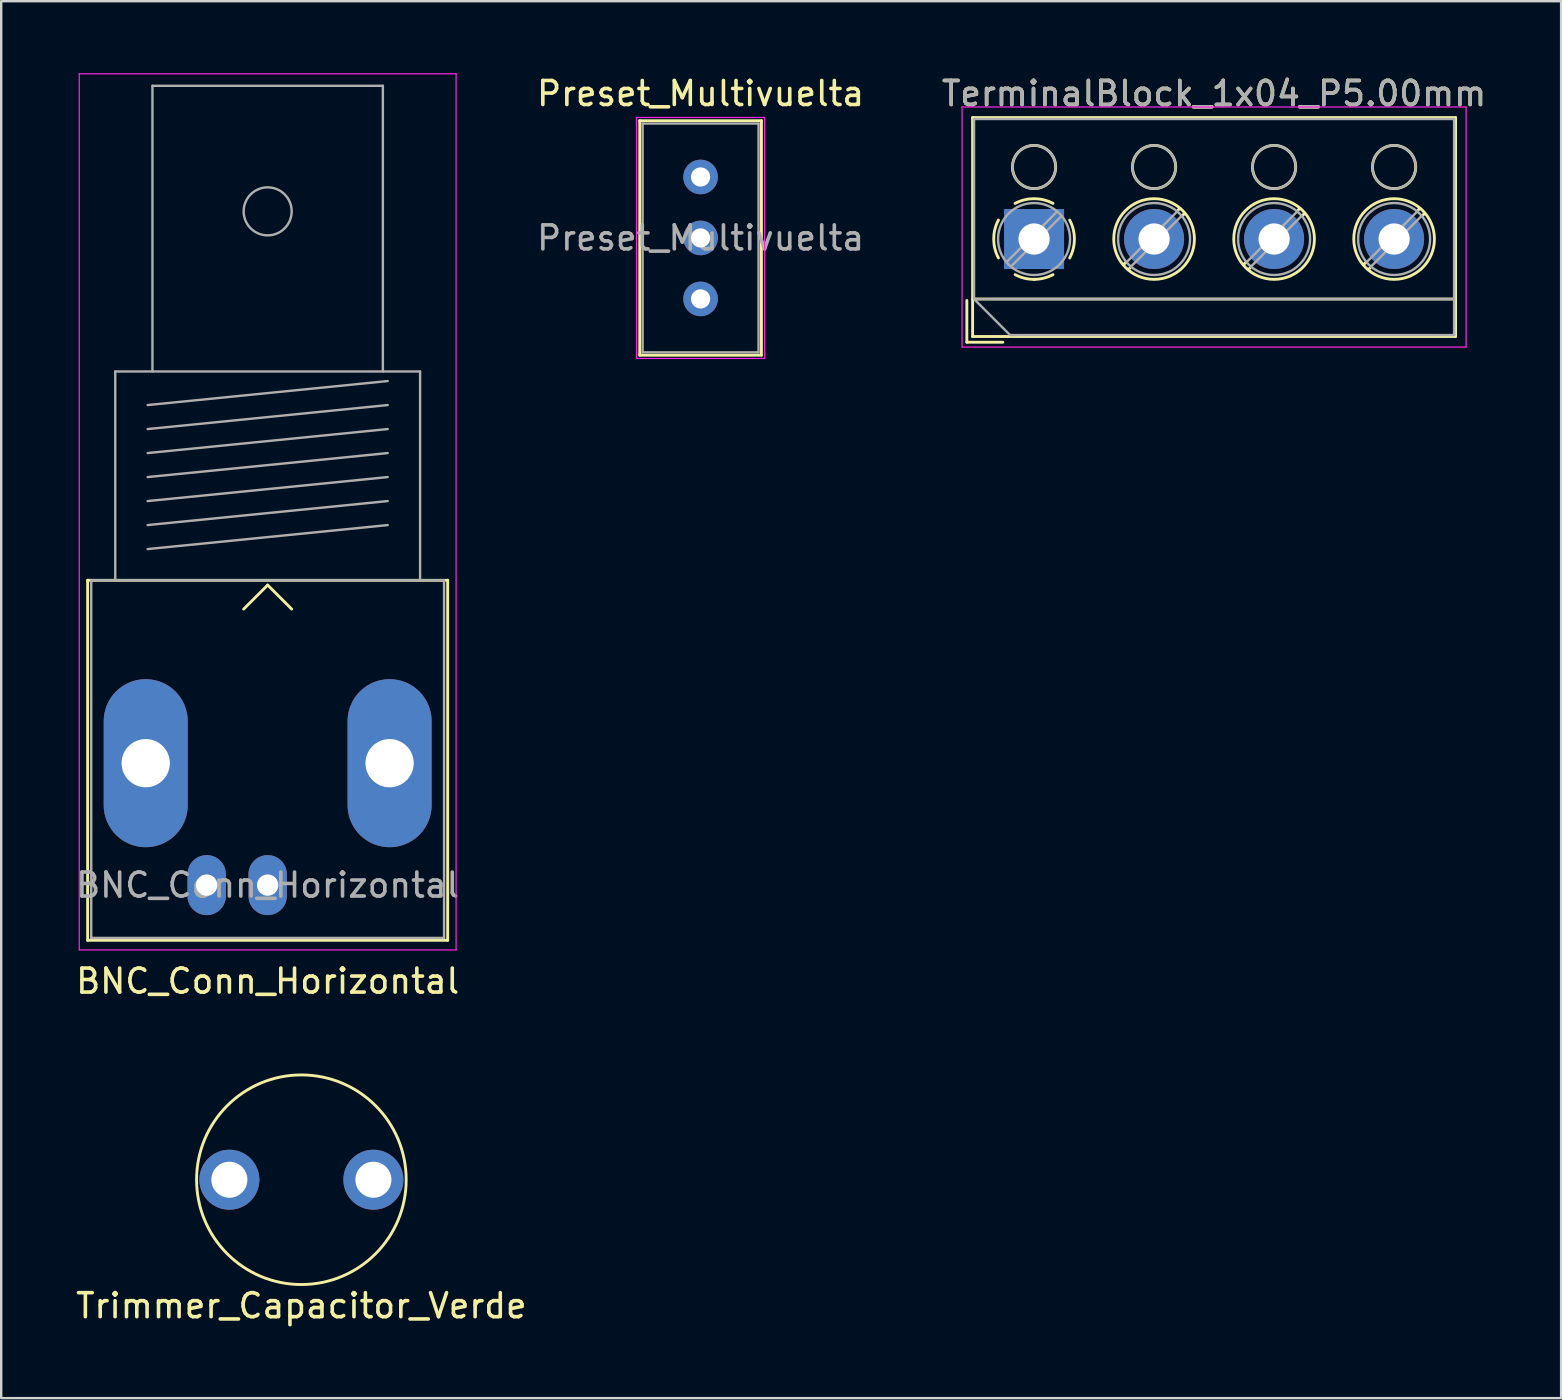
<source format=kicad_pcb>
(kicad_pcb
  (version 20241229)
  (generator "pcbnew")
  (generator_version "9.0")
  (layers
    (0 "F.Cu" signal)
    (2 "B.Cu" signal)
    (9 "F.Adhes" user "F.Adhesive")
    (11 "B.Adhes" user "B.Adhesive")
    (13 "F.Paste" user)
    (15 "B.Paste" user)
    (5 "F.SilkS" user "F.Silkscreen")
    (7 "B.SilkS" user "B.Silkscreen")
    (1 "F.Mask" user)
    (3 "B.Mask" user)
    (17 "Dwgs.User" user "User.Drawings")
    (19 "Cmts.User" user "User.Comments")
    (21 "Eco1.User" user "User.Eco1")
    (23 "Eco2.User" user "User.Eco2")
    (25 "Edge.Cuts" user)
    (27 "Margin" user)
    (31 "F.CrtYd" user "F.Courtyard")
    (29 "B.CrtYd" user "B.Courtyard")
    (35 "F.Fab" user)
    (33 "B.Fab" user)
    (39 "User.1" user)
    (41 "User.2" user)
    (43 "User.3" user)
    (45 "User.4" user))
  (footprint "BNC_Conn_Horizontal"
    (layer "F.Cu")
    (at 8.101 33.825)
    (property "Reference" "BNC_Conn_Horizontal" (at 0 4 0) (layer "F.SilkS") (effects (font (size 1 1) (thickness 0.15))))
    (attr through_hole)
    (fp_line (start -7.5 -12.7) (end 7.5 -12.7) (stroke (width 0.12) (type solid)) (layer "F.SilkS"))
    (fp_line (start -7.5 2.3) (end -7.5 -12.7) (stroke (width 0.12) (type solid)) (layer "F.SilkS"))
    (fp_line (start 0 -12.5) (end -1 -11.5) (stroke (width 0.12) (type solid)) (layer "F.SilkS"))
    (fp_line (start 0 -12.5) (end 1 -11.5) (stroke (width 0.12) (type solid)) (layer "F.SilkS"))
    (fp_line (start 7.5 -12.7) (end 7.5 2.3) (stroke (width 0.12) (type solid)) (layer "F.SilkS"))
    (fp_line (start 7.5 2.3) (end -7.5 2.3) (stroke (width 0.12) (type solid)) (layer "F.SilkS"))
    (fp_line (start -7.85 2.7) (end -7.85 -33.8) (stroke (width 0.05) (type solid)) (layer "F.CrtYd"))
    (fp_line (start -7.85 2.7) (end 7.85 2.7) (stroke (width 0.05) (type solid)) (layer "F.CrtYd"))
    (fp_line (start 7.85 -33.8) (end -7.85 -33.8) (stroke (width 0.05) (type solid)) (layer "F.CrtYd"))
    (fp_line (start 7.85 2.7) (end 7.85 -33.8) (stroke (width 0.05) (type solid)) (layer "F.CrtYd"))
    (fp_line (start -7.35 -12.7) (end -7.35 2.2) (stroke (width 0.1) (type solid)) (layer "F.Fab"))
    (fp_line (start -7.35 2.2) (end 7.35 2.2) (stroke (width 0.1) (type solid)) (layer "F.Fab"))
    (fp_line (start -6.35 -21.4) (end -6.35 -12.7) (stroke (width 0.1) (type solid)) (layer "F.Fab"))
    (fp_line (start -5 -20) (end 5 -21) (stroke (width 0.1) (type solid)) (layer "F.Fab"))
    (fp_line (start -5 -19) (end 5 -20) (stroke (width 0.1) (type solid)) (layer "F.Fab"))
    (fp_line (start -5 -18) (end 5 -19) (stroke (width 0.1) (type solid)) (layer "F.Fab"))
    (fp_line (start -5 -17) (end 5 -18) (stroke (width 0.1) (type solid)) (layer "F.Fab"))
    (fp_line (start -5 -16) (end 5 -17) (stroke (width 0.1) (type solid)) (layer "F.Fab"))
    (fp_line (start -5 -15) (end 5 -16) (stroke (width 0.1) (type solid)) (layer "F.Fab"))
    (fp_line (start -5 -14) (end 5 -15) (stroke (width 0.1) (type solid)) (layer "F.Fab"))
    (fp_line (start -4.8 -33.3) (end -4.8 -21.4) (stroke (width 0.1) (type solid)) (layer "F.Fab"))
    (fp_line (start 4.8 -33.3) (end -4.8 -33.3) (stroke (width 0.1) (type solid)) (layer "F.Fab"))
    (fp_line (start 4.8 -21.4) (end 4.8 -33.3) (stroke (width 0.1) (type solid)) (layer "F.Fab"))
    (fp_line (start 6.35 -21.4) (end -6.35 -21.4) (stroke (width 0.1) (type solid)) (layer "F.Fab"))
    (fp_line (start 6.35 -12.7) (end 6.35 -21.4) (stroke (width 0.1) (type solid)) (layer "F.Fab"))
    (fp_line (start 7.35 -12.7) (end -7.35 -12.7) (stroke (width 0.1) (type solid)) (layer "F.Fab"))
    (fp_line (start 7.35 2.2) (end 7.35 -12.7) (stroke (width 0.1) (type solid)) (layer "F.Fab"))
    (fp_circle (center 0 -28.07) (end 1 -28.07) (stroke (width 0.1) (type solid)) (fill no) (layer "F.Fab"))
    (fp_text user "${REFERENCE}" (at 0 0 0) (layer "F.Fab") (effects (font (size 1 1) (thickness 0.15))))
    (pad "1" thru_hole oval (at 0 0) (size 1.6 2.5) (drill 0.89) (layers "*.Cu" "*.Mask"))
    (pad "2" thru_hole oval (at -5.08 -5.08) (size 3.5 7) (drill 2.01) (layers "*.Cu" "*.Mask"))
    (pad "2" thru_hole oval (at -2.54 0) (size 1.6 2.5) (drill 0.89) (layers "*.Cu" "*.Mask"))
    (pad "2" thru_hole oval (at 5.08 -5.08) (size 3.5 7) (drill 2.01) (layers "*.Cu" "*.Mask")))
  (footprint "TerminalBlock_1x04_P5.00mm"
    (layer "F.Cu")
    (at 40.03 6.908)
    (property "Reference" "TerminalBlock_1x04_P5.00mm" (at 7.5 -6.06 0) (layer "F.SilkS") (effects (font (size 1 1) (thickness 0.15))))
    (attr through_hole)
    (fp_line (start -2.8 2.56) (end -2.8 4.3) (stroke (width 0.12) (type solid)) (layer "F.SilkS"))
    (fp_line (start -2.8 4.3) (end -1.3 4.3) (stroke (width 0.12) (type solid)) (layer "F.SilkS"))
    (fp_line (start -2.56 -5.06) (end -2.56 4.06) (stroke (width 0.12) (type solid)) (layer "F.SilkS"))
    (fp_line (start -2.56 -5.06) (end 17.561 -5.06) (stroke (width 0.12) (type solid)) (layer "F.SilkS"))
    (fp_line (start -2.56 2.5) (end 17.561 2.5) (stroke (width 0.12) (type solid)) (layer "F.SilkS"))
    (fp_line (start -2.56 4.06) (end 17.561 4.06) (stroke (width 0.12) (type solid)) (layer "F.SilkS"))
    (fp_line (start 3.82 0.976) (end 3.726 1.069) (stroke (width 0.12) (type solid)) (layer "F.SilkS"))
    (fp_line (start 3.99 1.216) (end 3.931 1.274) (stroke (width 0.12) (type solid)) (layer "F.SilkS"))
    (fp_line (start 6.07 -1.275) (end 6.011 -1.216) (stroke (width 0.12) (type solid)) (layer "F.SilkS"))
    (fp_line (start 6.275 -1.069) (end 6.181 -0.976) (stroke (width 0.12) (type solid)) (layer "F.SilkS"))
    (fp_line (start 8.82 0.976) (end 8.726 1.069) (stroke (width 0.12) (type solid)) (layer "F.SilkS"))
    (fp_line (start 8.99 1.216) (end 8.931 1.274) (stroke (width 0.12) (type solid)) (layer "F.SilkS"))
    (fp_line (start 11.07 -1.275) (end 11.011 -1.216) (stroke (width 0.12) (type solid)) (layer "F.SilkS"))
    (fp_line (start 11.275 -1.069) (end 11.181 -0.976) (stroke (width 0.12) (type solid)) (layer "F.SilkS"))
    (fp_line (start 13.82 0.976) (end 13.726 1.069) (stroke (width 0.12) (type solid)) (layer "F.SilkS"))
    (fp_line (start 13.99 1.216) (end 13.931 1.274) (stroke (width 0.12) (type solid)) (layer "F.SilkS"))
    (fp_line (start 16.07 -1.275) (end 16.011 -1.216) (stroke (width 0.12) (type solid)) (layer "F.SilkS"))
    (fp_line (start 16.275 -1.069) (end 16.181 -0.976) (stroke (width 0.12) (type solid)) (layer "F.SilkS"))
    (fp_line (start 17.561 -5.06) (end 17.561 4.06) (stroke (width 0.12) (type solid)) (layer "F.SilkS"))
    (fp_arc (start -1.483953 0.789089) (mid -1.680708 0.00005) (end -1.484 -0.789) (stroke (width 0.12) (type solid)) (layer "F.SilkS"))
    (fp_arc (start -0.789089 -1.483953) (mid -0.00005 -1.680708) (end 0.789 -1.484) (stroke (width 0.12) (type solid)) (layer "F.SilkS"))
    (fp_arc (start 0.029383 1.68045) (mid -0.392304 1.634281) (end -0.789 1.484) (stroke (width 0.12) (type solid)) (layer "F.SilkS"))
    (fp_arc (start 0.788712 1.483352) (mid 0.406429 1.630097) (end 0 1.68) (stroke (width 0.12) (type solid)) (layer "F.SilkS"))
    (fp_arc (start 1.483953 -0.789089) (mid 1.680708 -0.00005) (end 1.484 0.789) (stroke (width 0.12) (type solid)) (layer "F.SilkS"))
    (fp_circle (center 0 -3) (end 0.9 -3) (stroke (width 0.12) (type solid)) (fill no) (layer "F.SilkS"))
    (fp_circle (center 5 -3) (end 5.9 -3) (stroke (width 0.12) (type solid)) (fill no) (layer "F.SilkS"))
    (fp_circle (center 5 0) (end 6.68 0) (stroke (width 0.12) (type solid)) (fill no) (layer "F.SilkS"))
    (fp_circle (center 10 -3) (end 10.9 -3) (stroke (width 0.12) (type solid)) (fill no) (layer "F.SilkS"))
    (fp_circle (center 10 0) (end 11.68 0) (stroke (width 0.12) (type solid)) (fill no) (layer "F.SilkS"))
    (fp_circle (center 15 -3) (end 15.9 -3) (stroke (width 0.12) (type solid)) (fill no) (layer "F.SilkS"))
    (fp_circle (center 15 0) (end 16.68 0) (stroke (width 0.12) (type solid)) (fill no) (layer "F.SilkS"))
    (fp_line (start -3 -5.5) (end -3 4.5) (stroke (width 0.05) (type solid)) (layer "F.CrtYd"))
    (fp_line (start -3 4.5) (end 18 4.5) (stroke (width 0.05) (type solid)) (layer "F.CrtYd"))
    (fp_line (start 18 -5.5) (end -3 -5.5) (stroke (width 0.05) (type solid)) (layer "F.CrtYd"))
    (fp_line (start 18 4.5) (end 18 -5.5) (stroke (width 0.05) (type solid)) (layer "F.CrtYd"))
    (fp_line (start -2.5 -5) (end 17.5 -5) (stroke (width 0.1) (type solid)) (layer "F.Fab"))
    (fp_line (start -2.5 2.5) (end -2.5 -5) (stroke (width 0.1) (type solid)) (layer "F.Fab"))
    (fp_line (start -2.5 2.5) (end 17.5 2.5) (stroke (width 0.1) (type solid)) (layer "F.Fab"))
    (fp_line (start -1 4) (end -2.5 2.5) (stroke (width 0.1) (type solid)) (layer "F.Fab"))
    (fp_line (start 0.955 -1.138) (end -1.138 0.955) (stroke (width 0.1) (type solid)) (layer "F.Fab"))
    (fp_line (start 1.138 -0.955) (end -0.955 1.138) (stroke (width 0.1) (type solid)) (layer "F.Fab"))
    (fp_line (start 5.955 -1.138) (end 3.863 0.955) (stroke (width 0.1) (type solid)) (layer "F.Fab"))
    (fp_line (start 6.138 -0.955) (end 4.046 1.138) (stroke (width 0.1) (type solid)) (layer "F.Fab"))
    (fp_line (start 10.955 -1.138) (end 8.863 0.955) (stroke (width 0.1) (type solid)) (layer "F.Fab"))
    (fp_line (start 11.138 -0.955) (end 9.046 1.138) (stroke (width 0.1) (type solid)) (layer "F.Fab"))
    (fp_line (start 15.955 -1.138) (end 13.863 0.955) (stroke (width 0.1) (type solid)) (layer "F.Fab"))
    (fp_line (start 16.138 -0.955) (end 14.046 1.138) (stroke (width 0.1) (type solid)) (layer "F.Fab"))
    (fp_line (start 17.5 -5) (end 17.5 4) (stroke (width 0.1) (type solid)) (layer "F.Fab"))
    (fp_line (start 17.5 4) (end -1 4) (stroke (width 0.1) (type solid)) (layer "F.Fab"))
    (fp_circle (center 0 -3) (end 0.9 -3) (stroke (width 0.1) (type solid)) (fill no) (layer "F.Fab"))
    (fp_circle (center 0 0) (end 1.5 0) (stroke (width 0.1) (type solid)) (fill no) (layer "F.Fab"))
    (fp_circle (center 5 -3) (end 5.9 -3) (stroke (width 0.1) (type solid)) (fill no) (layer "F.Fab"))
    (fp_circle (center 5 0) (end 6.5 0) (stroke (width 0.1) (type solid)) (fill no) (layer "F.Fab"))
    (fp_circle (center 10 -3) (end 10.9 -3) (stroke (width 0.1) (type solid)) (fill no) (layer "F.Fab"))
    (fp_circle (center 10 0) (end 11.5 0) (stroke (width 0.1) (type solid)) (fill no) (layer "F.Fab"))
    (fp_circle (center 15 -3) (end 15.9 -3) (stroke (width 0.1) (type solid)) (fill no) (layer "F.Fab"))
    (fp_circle (center 15 0) (end 16.5 0) (stroke (width 0.1) (type solid)) (fill no) (layer "F.Fab"))
    (fp_text user "${REFERENCE}" (at 7.5 -6.06 0) (layer "F.Fab") (effects (font (size 1 1) (thickness 0.15))))
    (pad "1" thru_hole rect (at 0 0) (size 2.5 2.5) (drill 1.3) (layers "*.Cu" "*.Mask"))
    (pad "2" thru_hole circle (at 5 0) (size 2.5 2.5) (drill 1.3) (layers "*.Cu" "*.Mask"))
    (pad "3" thru_hole circle (at 10 0) (size 2.5 2.5) (drill 1.3) (layers "*.Cu" "*.Mask"))
    (pad "4" thru_hole circle (at 15 0) (size 2.5 2.5) (drill 1.3) (layers "*.Cu" "*.Mask")))
  (footprint "Trimmer_Capacitor_Verde"
    (layer "F.Cu")
    (at 9.506 46.099)
    (property "Reference" "Trimmer_Capacitor_Verde" (at 0 5.25 0) (layer "F.SilkS") (effects (font (size 1 1) (thickness 0.15))))
    (attr through_hole)
    (fp_circle (center 0 0) (end 4.25 1) (stroke (width 0.12) (type solid)) (fill no) (layer "F.SilkS"))
    (pad "1" thru_hole circle (at -3 0) (size 2.5 2.5) (drill 1.5) (layers "*.Cu" "*.Mask"))
    (pad "2" thru_hole circle (at 3 0) (size 2.5 2.5) (drill 1.5) (layers "*.Cu" "*.Mask")))
  (footprint "Preset_Multivuelta"
    (layer "F.Cu")
    (at 26.137 4.323)
    (property "Reference" "Preset_Multivuelta" (at 0 -3.475 0) (layer "F.SilkS") (effects (font (size 1 1) (thickness 0.15))))
    (attr through_hole)
    (fp_line (start -2.535 -2.345) (end -2.535 7.425) (stroke (width 0.12) (type solid)) (layer "F.SilkS"))
    (fp_line (start -2.535 -2.345) (end 2.535 -2.345) (stroke (width 0.12) (type solid)) (layer "F.SilkS"))
    (fp_line (start -2.535 7.425) (end 2.535 7.425) (stroke (width 0.12) (type solid)) (layer "F.SilkS"))
    (fp_line (start 2.535 -2.345) (end 2.535 7.425) (stroke (width 0.12) (type solid)) (layer "F.SilkS"))
    (fp_line (start -2.67 -2.48) (end -2.67 7.56) (stroke (width 0.05) (type solid)) (layer "F.CrtYd"))
    (fp_line (start -2.67 7.56) (end 2.67 7.56) (stroke (width 0.05) (type solid)) (layer "F.CrtYd"))
    (fp_line (start 2.67 -2.48) (end -2.67 -2.48) (stroke (width 0.05) (type solid)) (layer "F.CrtYd"))
    (fp_line (start 2.67 7.56) (end 2.67 -2.48) (stroke (width 0.05) (type solid)) (layer "F.CrtYd"))
    (fp_line (start -2.415 -2.225) (end 2.415 -2.225) (stroke (width 0.1) (type solid)) (layer "F.Fab"))
    (fp_line (start -2.415 7.305) (end -2.415 -2.225) (stroke (width 0.1) (type solid)) (layer "F.Fab"))
    (fp_line (start 2.415 -2.225) (end 2.415 7.305) (stroke (width 0.1) (type solid)) (layer "F.Fab"))
    (fp_line (start 2.415 7.305) (end -2.415 7.305) (stroke (width 0.1) (type solid)) (layer "F.Fab"))
    (fp_text user "${REFERENCE}" (at 0 2.54 0) (layer "F.Fab") (effects (font (size 1 1) (thickness 0.15))))
    (pad "1" thru_hole circle (at 0 0) (size 1.44 1.44) (drill 0.8) (layers "*.Cu" "*.Mask"))
    (pad "2" thru_hole circle (at 0 2.54) (size 1.44 1.44) (drill 0.8) (layers "*.Cu" "*.Mask"))
    (pad "3" thru_hole circle (at 0 5.08) (size 1.44 1.44) (drill 0.8) (layers "*.Cu" "*.Mask")))
  (gr_rect
    (start -3 -3)
    (end 61.988 55.198)
    (stroke (width 0.1) (type default))
    (fill no)
    (layer "Edge.Cuts")))
</source>
